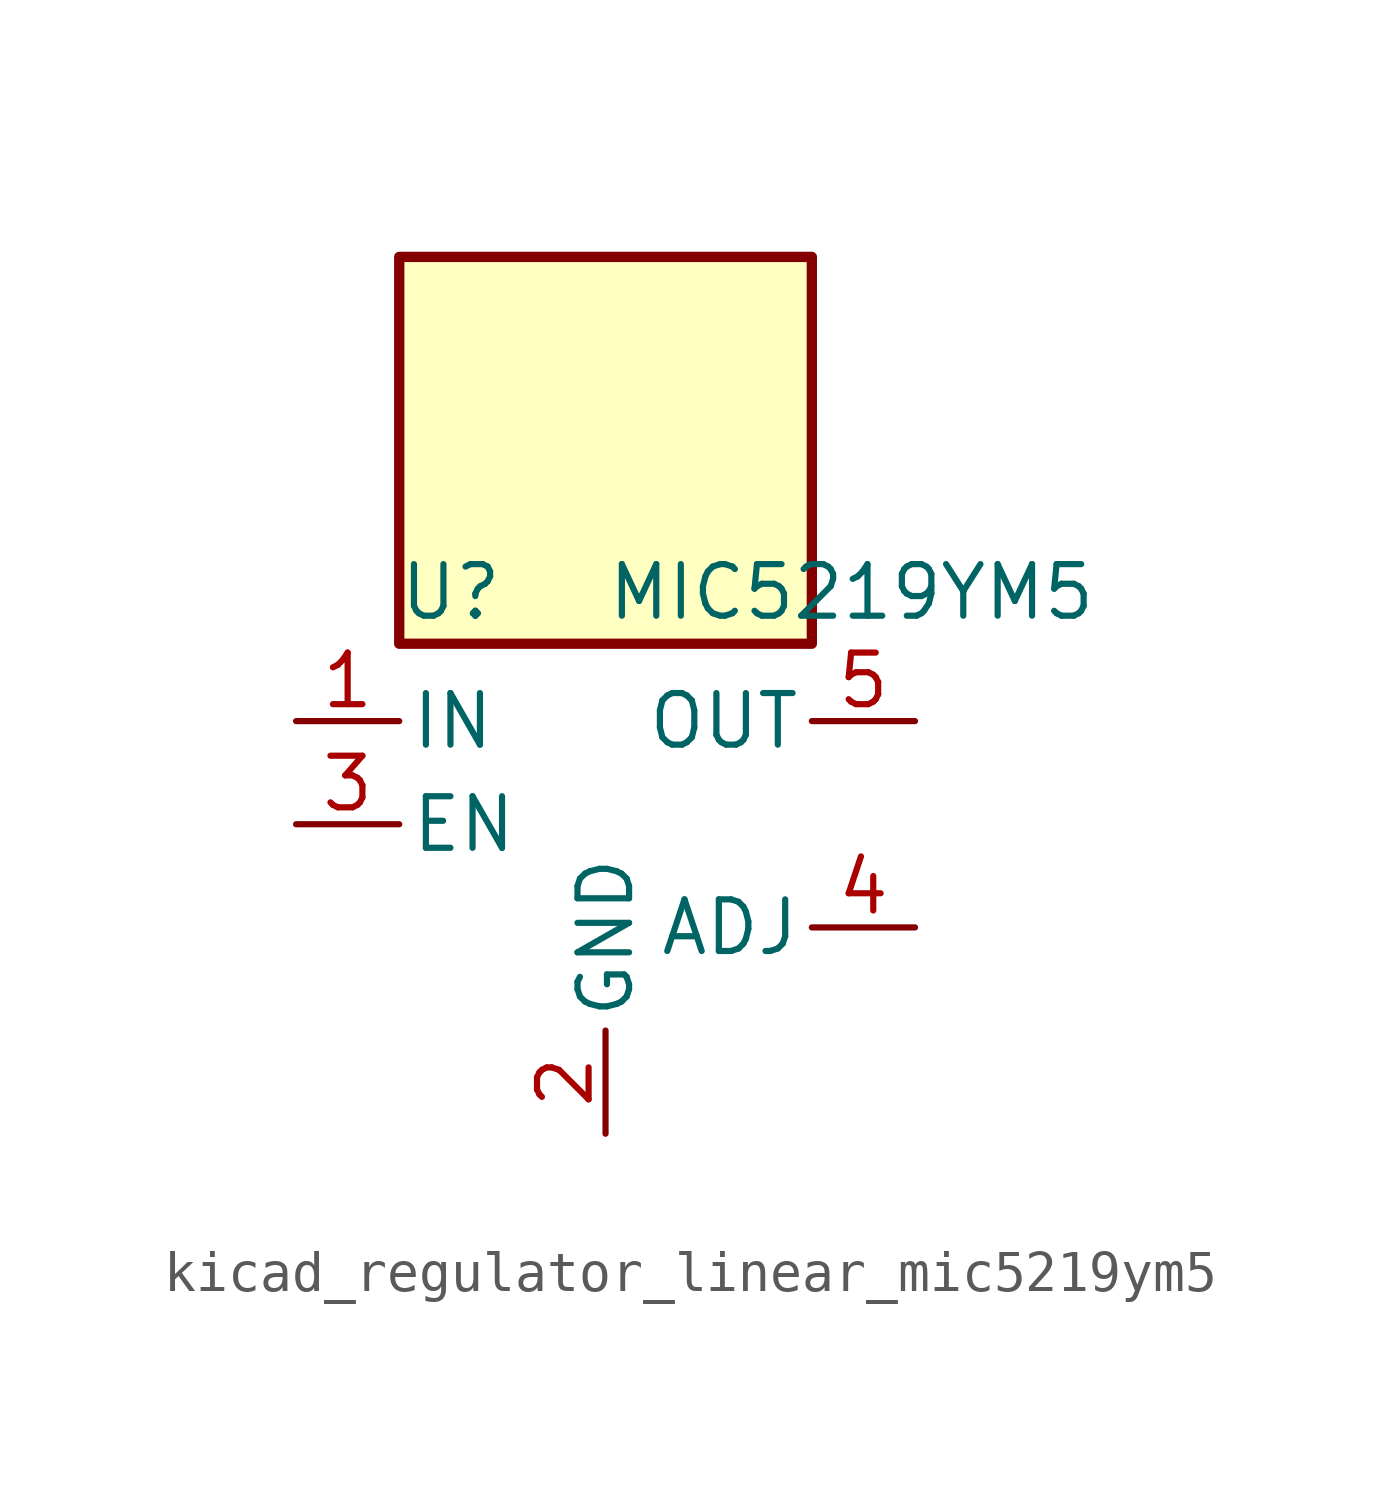
<source format=kicad_sym>
(kicad_symbol_lib
  (version 20220914)
  (generator kicad_symbol_editor)
  (symbol "kicad_regulator_linear_mic5219ym5"
    (pin_names
      (offset 0.254))
    (property "Reference" "U"
      (at -3.81 5.715 0)
      (effects (font (size 1.27 1.27))))
    (property "Value" "MIC5219YM5"
      (at 0 5.715 0)
      (effects (font (size 1.27 1.27)) (justify left)))
    (symbol "kicad_regulator_linear_mic5219ym5_0_1"
      (rectangle (start 5.08 13.97) (end -5.08 4.445) (stroke (width 0.254) (type default)) (fill (type background))))
    (symbol "kicad_regulator_linear_mic5219ym5_1_1"
      (pin power_in line (at -7.62 2.54 0) (length 2.54) (name "IN" (effects (font (size 1.27 1.27)))) (number "1" (effects (font (size 1.27 1.27)))))
      (pin power_in line (at 0 -7.62 90) (length 2.54) (name "GND" (effects (font (size 1.27 1.27)))) (number "2" (effects (font (size 1.27 1.27)))))
      (pin input line (at -7.62 0 0) (length 2.54) (name "EN" (effects (font (size 1.27 1.27)))) (number "3" (effects (font (size 1.27 1.27)))))
      (pin input line (at 7.62 -2.54 180) (length 2.54) (name "ADJ" (effects (font (size 1.27 1.27)))) (number "4" (effects (font (size 1.27 1.27)))))
      (pin power_out line (at 7.62 2.54 180) (length 2.54) (name "OUT" (effects (font (size 1.27 1.27)))) (number "5" (effects (font (size 1.27 1.27))))))))
</source>
